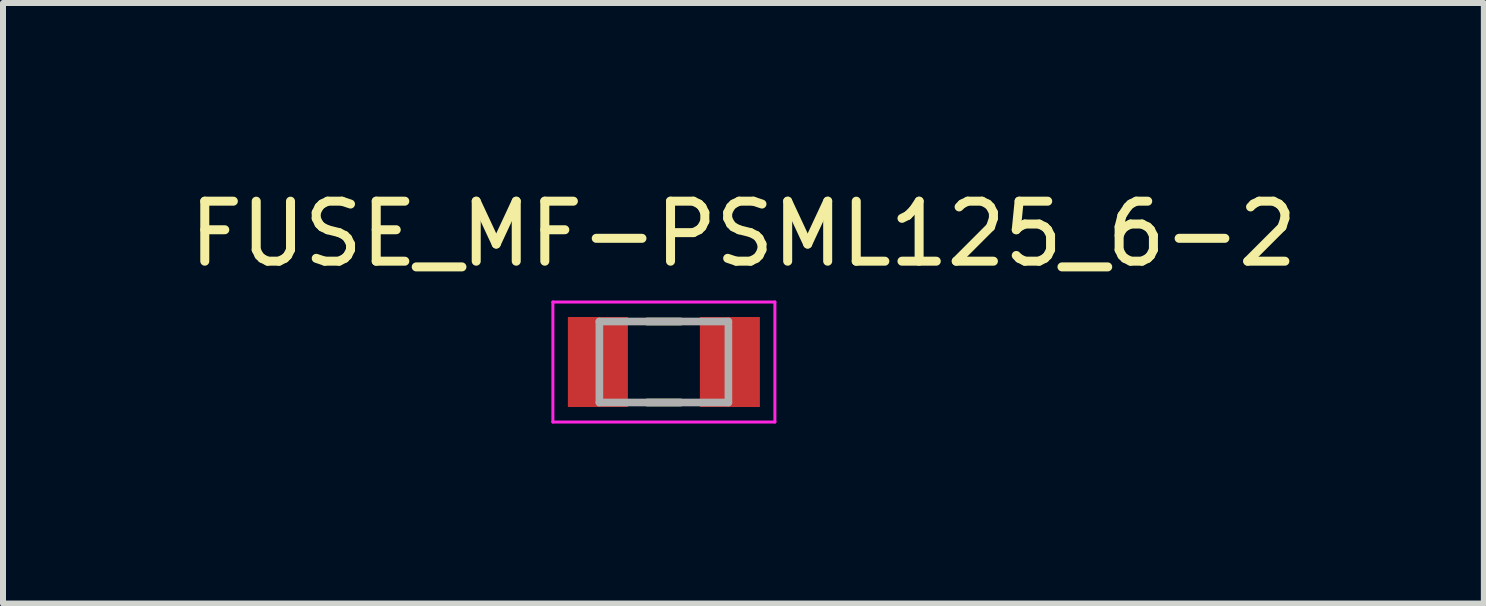
<source format=kicad_pcb>
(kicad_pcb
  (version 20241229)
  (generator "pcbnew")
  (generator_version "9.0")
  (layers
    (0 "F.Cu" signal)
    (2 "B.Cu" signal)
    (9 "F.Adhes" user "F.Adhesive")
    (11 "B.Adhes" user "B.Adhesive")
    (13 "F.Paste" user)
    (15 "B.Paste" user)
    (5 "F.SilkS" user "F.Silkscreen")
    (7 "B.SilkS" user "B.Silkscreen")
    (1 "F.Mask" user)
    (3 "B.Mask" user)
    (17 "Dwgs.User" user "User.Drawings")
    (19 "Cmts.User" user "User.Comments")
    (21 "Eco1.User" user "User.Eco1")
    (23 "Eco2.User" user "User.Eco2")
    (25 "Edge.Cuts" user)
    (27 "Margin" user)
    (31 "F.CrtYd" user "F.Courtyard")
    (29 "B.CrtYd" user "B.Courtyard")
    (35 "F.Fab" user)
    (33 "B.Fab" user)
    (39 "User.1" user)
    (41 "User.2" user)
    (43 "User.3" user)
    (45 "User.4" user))
  (footprint "FUSE_MF-PSML125_6-2"
    (layer "F.Cu")
    (at 8.014 2.983)
    (property "Reference" "FUSE_MF-PSML125_6-2" (at 1.325 -2.135 0) (layer "F.SilkS") (effects (font (size 1 1) (thickness 0.15))))
    (attr smd)
    (fp_line (start -0.28 -0.675) (end 0.28 -0.675) (stroke (width 0.127) (type solid)) (layer "F.SilkS"))
    (fp_line (start -0.28 0.675) (end 0.28 0.675) (stroke (width 0.127) (type solid)) (layer "F.SilkS"))
    (fp_line (start -1.85 -1) (end 1.85 -1) (stroke (width 0.05) (type solid)) (layer "F.CrtYd"))
    (fp_line (start -1.85 1) (end -1.85 -1) (stroke (width 0.05) (type solid)) (layer "F.CrtYd"))
    (fp_line (start 1.85 -1) (end 1.85 1) (stroke (width 0.05) (type solid)) (layer "F.CrtYd"))
    (fp_line (start 1.85 1) (end -1.85 1) (stroke (width 0.05) (type solid)) (layer "F.CrtYd"))
    (fp_line (start -1.075 -0.675) (end 1.075 -0.675) (stroke (width 0.127) (type solid)) (layer "F.Fab"))
    (fp_line (start -1.075 0.675) (end -1.075 -0.675) (stroke (width 0.127) (type solid)) (layer "F.Fab"))
    (fp_line (start 1.075 -0.675) (end 1.075 0.675) (stroke (width 0.127) (type solid)) (layer "F.Fab"))
    (fp_line (start 1.075 0.675) (end -1.075 0.675) (stroke (width 0.127) (type solid)) (layer "F.Fab"))
    (pad "1" smd rect (at -1.1 0) (size 1 1.5) (layers "F.Cu" "F.Mask" "F.Paste"))
    (pad "2" smd rect (at 1.1 0) (size 1 1.5) (layers "F.Cu" "F.Mask" "F.Paste")))
  (gr_rect
    (start -3 -3)
    (end 21.679 7.008)
    (stroke (width 0.1) (type default))
    (fill no)
    (layer "Edge.Cuts")))
</source>
